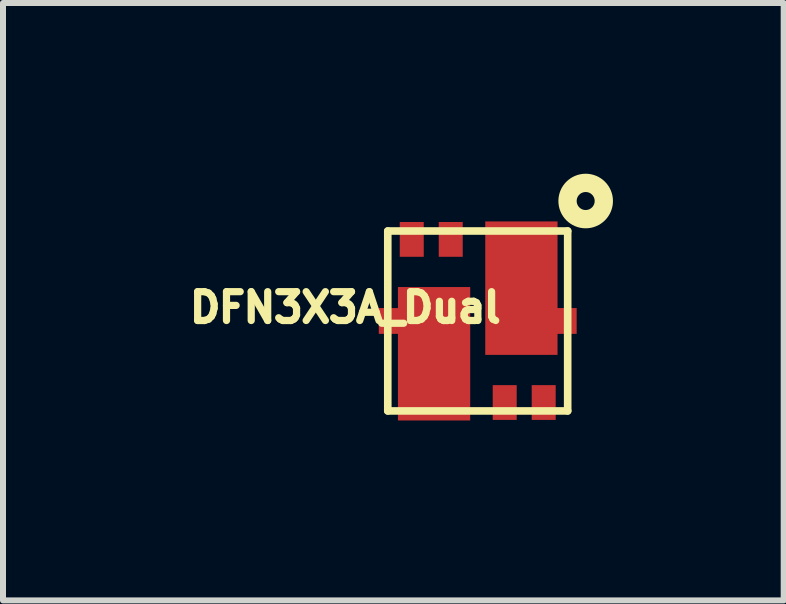
<source format=kicad_pcb>
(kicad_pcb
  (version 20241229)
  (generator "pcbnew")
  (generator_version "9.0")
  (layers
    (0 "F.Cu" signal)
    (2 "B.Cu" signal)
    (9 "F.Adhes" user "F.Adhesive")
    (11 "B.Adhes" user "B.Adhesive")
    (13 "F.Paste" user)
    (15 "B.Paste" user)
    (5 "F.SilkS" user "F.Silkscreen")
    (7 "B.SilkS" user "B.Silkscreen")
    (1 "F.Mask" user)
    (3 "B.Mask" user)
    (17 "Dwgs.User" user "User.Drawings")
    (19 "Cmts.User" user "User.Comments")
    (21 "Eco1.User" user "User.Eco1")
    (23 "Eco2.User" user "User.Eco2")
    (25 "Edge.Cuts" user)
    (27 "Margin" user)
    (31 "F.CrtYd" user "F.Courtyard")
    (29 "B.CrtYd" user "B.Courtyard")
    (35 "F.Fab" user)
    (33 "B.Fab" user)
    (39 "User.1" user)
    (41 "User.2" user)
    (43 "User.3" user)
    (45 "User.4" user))
  (footprint "DFN3X3A_Dual"
    (layer "F.Cu")
    (at 4.916 2.302)
    (property "Reference" "DFN3X3A_Dual" (at -2.208 -0.224 180) (layer "F.SilkS") (effects (font (size 0.481 0.481) (thickness 0.15))))
    (attr through_hole)
    (fp_line (start -1.5 -1.5) (end -1.5 1.5) (stroke (width 0.127) (type solid)) (layer "F.SilkS"))
    (fp_line (start -1.5 1.5) (end 1.5 1.5) (stroke (width 0.127) (type solid)) (layer "F.SilkS"))
    (fp_line (start 1.5 -1.5) (end -1.5 -1.5) (stroke (width 0.127) (type solid)) (layer "F.SilkS"))
    (fp_line (start 1.5 1.5) (end 1.5 -1.5) (stroke (width 0.127) (type solid)) (layer "F.SilkS"))
    (fp_circle (center 1.8 -2) (end 1.95 -2) (stroke (width 0.305) (type solid)) (fill no) (layer "F.SilkS"))
    (pad "1" smd rect (at 0.728 -0.547) (size 1.205 2.225) (layers "F.Cu" "F.Mask" "F.Paste"))
    (pad "2" smd rect (at 1.465 0) (size 0.37 0.43) (layers "F.Cu" "F.Mask" "F.Paste"))
    (pad "3" smd rect (at -0.45 -1.36) (size 0.4 0.58) (layers "F.Cu" "F.Mask" "F.Paste"))
    (pad "4" smd rect (at -1.1 -1.36) (size 0.4 0.58) (layers "F.Cu" "F.Mask" "F.Paste"))
    (pad "5" smd rect (at -0.728 0.547) (size 1.205 2.225) (layers "F.Cu" "F.Mask" "F.Paste"))
    (pad "6" smd rect (at -1.465 0) (size 0.37 0.43) (layers "F.Cu" "F.Mask" "F.Paste"))
    (pad "7" smd rect (at 0.45 1.36) (size 0.4 0.58) (layers "F.Cu" "F.Mask" "F.Paste"))
    (pad "8" smd rect (at 1.1 1.36) (size 0.4 0.58) (layers "F.Cu" "F.Mask" "F.Paste")))
  (gr_rect
    (start -3 -3)
    (end 10.018 6.962)
    (stroke (width 0.1) (type default))
    (fill no)
    (layer "Edge.Cuts")))
</source>
